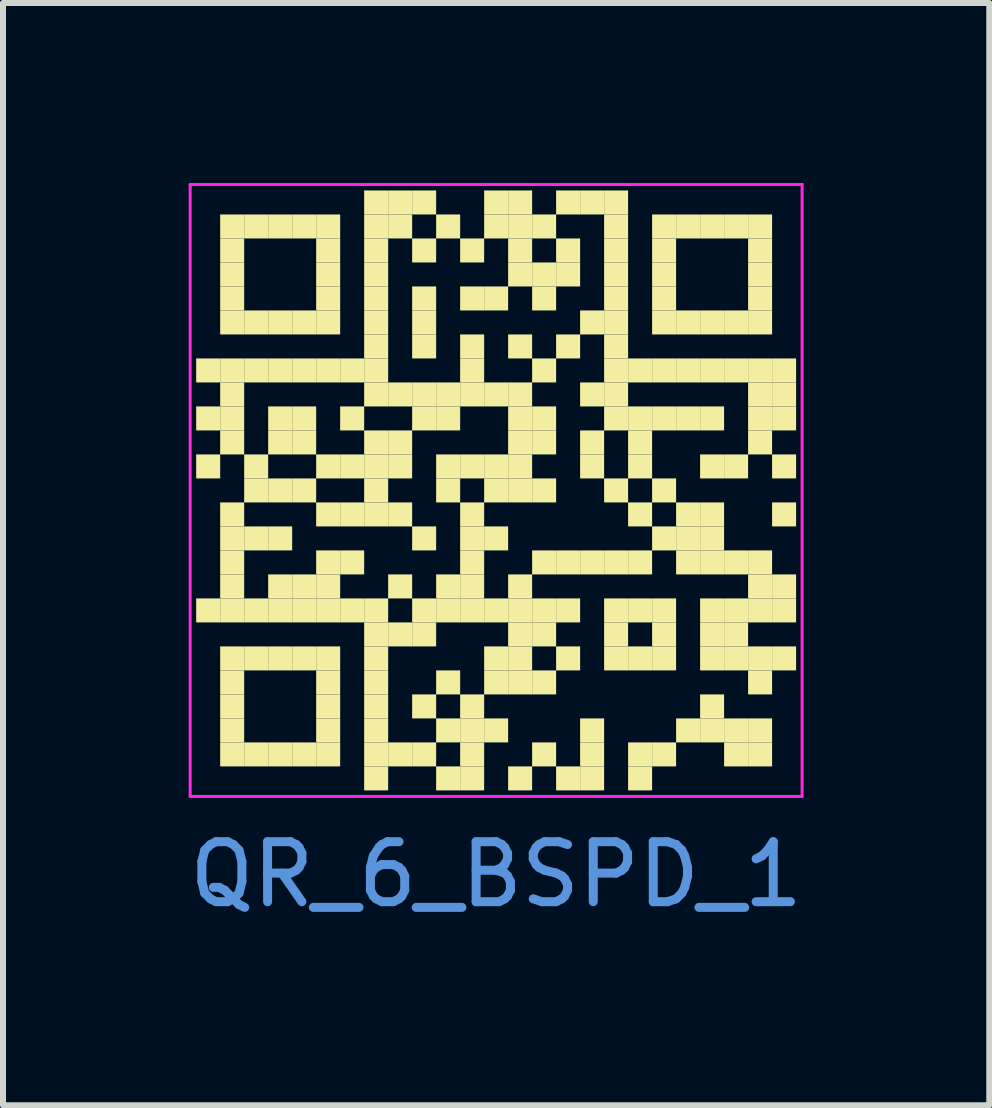
<source format=kicad_pcb>
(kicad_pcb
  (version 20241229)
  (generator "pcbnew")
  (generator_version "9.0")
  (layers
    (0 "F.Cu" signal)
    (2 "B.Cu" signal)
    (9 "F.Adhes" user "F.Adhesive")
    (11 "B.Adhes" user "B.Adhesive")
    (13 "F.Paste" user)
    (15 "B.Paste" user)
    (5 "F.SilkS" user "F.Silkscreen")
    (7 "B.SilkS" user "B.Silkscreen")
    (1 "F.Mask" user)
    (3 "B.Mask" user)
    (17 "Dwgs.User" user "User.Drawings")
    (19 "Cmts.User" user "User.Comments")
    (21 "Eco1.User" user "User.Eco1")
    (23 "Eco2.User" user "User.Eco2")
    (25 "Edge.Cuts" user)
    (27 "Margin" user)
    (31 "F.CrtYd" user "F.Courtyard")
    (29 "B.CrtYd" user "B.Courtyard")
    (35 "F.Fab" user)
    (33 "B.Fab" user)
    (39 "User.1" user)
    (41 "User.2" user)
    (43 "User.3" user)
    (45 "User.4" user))
  (footprint "QR_6_BSPD_1"
    (layer "F.Cu")
    (at 5.22 5.125)
    (property "Reference" "QR_6_BSPD_1" (at 0 6.4 0) (layer "Cmts.User") (effects (font (size 1 1) (thickness 0.15))))
    (fp_rect (start -5 -2.2) (end -4.6 -1.8) (stroke (width 0) (type solid)) (fill yes) (layer "F.SilkS"))
    (fp_rect (start -5 -1.4) (end -4.6 -1) (stroke (width 0) (type solid)) (fill yes) (layer "F.SilkS"))
    (fp_rect (start -5 -0.6) (end -4.6 -0.2) (stroke (width 0) (type solid)) (fill yes) (layer "F.SilkS"))
    (fp_rect (start -5 1.8) (end -4.6 2.2) (stroke (width 0) (type solid)) (fill yes) (layer "F.SilkS"))
    (fp_rect (start -4.6 -4.6) (end -4.2 -4.2) (stroke (width 0) (type solid)) (fill yes) (layer "F.SilkS"))
    (fp_rect (start -4.6 -4.2) (end -4.2 -3.8) (stroke (width 0) (type solid)) (fill yes) (layer "F.SilkS"))
    (fp_rect (start -4.6 -3.8) (end -4.2 -3.4) (stroke (width 0) (type solid)) (fill yes) (layer "F.SilkS"))
    (fp_rect (start -4.6 -3.4) (end -4.2 -3) (stroke (width 0) (type solid)) (fill yes) (layer "F.SilkS"))
    (fp_rect (start -4.6 -3) (end -4.2 -2.6) (stroke (width 0) (type solid)) (fill yes) (layer "F.SilkS"))
    (fp_rect (start -4.6 -2.2) (end -4.2 -1.8) (stroke (width 0) (type solid)) (fill yes) (layer "F.SilkS"))
    (fp_rect (start -4.6 -1.8) (end -4.2 -1.4) (stroke (width 0) (type solid)) (fill yes) (layer "F.SilkS"))
    (fp_rect (start -4.6 -1.4) (end -4.2 -1) (stroke (width 0) (type solid)) (fill yes) (layer "F.SilkS"))
    (fp_rect (start -4.6 -1) (end -4.2 -0.6) (stroke (width 0) (type solid)) (fill yes) (layer "F.SilkS"))
    (fp_rect (start -4.6 0.2) (end -4.2 0.6) (stroke (width 0) (type solid)) (fill yes) (layer "F.SilkS"))
    (fp_rect (start -4.6 0.6) (end -4.2 1) (stroke (width 0) (type solid)) (fill yes) (layer "F.SilkS"))
    (fp_rect (start -4.6 1) (end -4.2 1.4) (stroke (width 0) (type solid)) (fill yes) (layer "F.SilkS"))
    (fp_rect (start -4.6 1.4) (end -4.2 1.8) (stroke (width 0) (type solid)) (fill yes) (layer "F.SilkS"))
    (fp_rect (start -4.6 1.8) (end -4.2 2.2) (stroke (width 0) (type solid)) (fill yes) (layer "F.SilkS"))
    (fp_rect (start -4.6 2.6) (end -4.2 3) (stroke (width 0) (type solid)) (fill yes) (layer "F.SilkS"))
    (fp_rect (start -4.6 3) (end -4.2 3.4) (stroke (width 0) (type solid)) (fill yes) (layer "F.SilkS"))
    (fp_rect (start -4.6 3.4) (end -4.2 3.8) (stroke (width 0) (type solid)) (fill yes) (layer "F.SilkS"))
    (fp_rect (start -4.6 3.8) (end -4.2 4.2) (stroke (width 0) (type solid)) (fill yes) (layer "F.SilkS"))
    (fp_rect (start -4.6 4.2) (end -4.2 4.6) (stroke (width 0) (type solid)) (fill yes) (layer "F.SilkS"))
    (fp_rect (start -4.2 -4.6) (end -3.8 -4.2) (stroke (width 0) (type solid)) (fill yes) (layer "F.SilkS"))
    (fp_rect (start -4.2 -3) (end -3.8 -2.6) (stroke (width 0) (type solid)) (fill yes) (layer "F.SilkS"))
    (fp_rect (start -4.2 -2.2) (end -3.8 -1.8) (stroke (width 0) (type solid)) (fill yes) (layer "F.SilkS"))
    (fp_rect (start -4.2 -0.6) (end -3.8 -0.2) (stroke (width 0) (type solid)) (fill yes) (layer "F.SilkS"))
    (fp_rect (start -4.2 -0.2) (end -3.8 0.2) (stroke (width 0) (type solid)) (fill yes) (layer "F.SilkS"))
    (fp_rect (start -4.2 0.6) (end -3.8 1) (stroke (width 0) (type solid)) (fill yes) (layer "F.SilkS"))
    (fp_rect (start -4.2 1.8) (end -3.8 2.2) (stroke (width 0) (type solid)) (fill yes) (layer "F.SilkS"))
    (fp_rect (start -4.2 2.6) (end -3.8 3) (stroke (width 0) (type solid)) (fill yes) (layer "F.SilkS"))
    (fp_rect (start -4.2 4.2) (end -3.8 4.6) (stroke (width 0) (type solid)) (fill yes) (layer "F.SilkS"))
    (fp_rect (start -3.8 -4.6) (end -3.4 -4.2) (stroke (width 0) (type solid)) (fill yes) (layer "F.SilkS"))
    (fp_rect (start -3.8 -3) (end -3.4 -2.6) (stroke (width 0) (type solid)) (fill yes) (layer "F.SilkS"))
    (fp_rect (start -3.8 -2.2) (end -3.4 -1.8) (stroke (width 0) (type solid)) (fill yes) (layer "F.SilkS"))
    (fp_rect (start -3.8 -1.4) (end -3.4 -1) (stroke (width 0) (type solid)) (fill yes) (layer "F.SilkS"))
    (fp_rect (start -3.8 -1) (end -3.4 -0.6) (stroke (width 0) (type solid)) (fill yes) (layer "F.SilkS"))
    (fp_rect (start -3.8 -0.2) (end -3.4 0.2) (stroke (width 0) (type solid)) (fill yes) (layer "F.SilkS"))
    (fp_rect (start -3.8 0.6) (end -3.4 1) (stroke (width 0) (type solid)) (fill yes) (layer "F.SilkS"))
    (fp_rect (start -3.8 1.4) (end -3.4 1.8) (stroke (width 0) (type solid)) (fill yes) (layer "F.SilkS"))
    (fp_rect (start -3.8 1.8) (end -3.4 2.2) (stroke (width 0) (type solid)) (fill yes) (layer "F.SilkS"))
    (fp_rect (start -3.8 2.6) (end -3.4 3) (stroke (width 0) (type solid)) (fill yes) (layer "F.SilkS"))
    (fp_rect (start -3.8 4.2) (end -3.4 4.6) (stroke (width 0) (type solid)) (fill yes) (layer "F.SilkS"))
    (fp_rect (start -3.4 -4.6) (end -3 -4.2) (stroke (width 0) (type solid)) (fill yes) (layer "F.SilkS"))
    (fp_rect (start -3.4 -3) (end -3 -2.6) (stroke (width 0) (type solid)) (fill yes) (layer "F.SilkS"))
    (fp_rect (start -3.4 -2.2) (end -3 -1.8) (stroke (width 0) (type solid)) (fill yes) (layer "F.SilkS"))
    (fp_rect (start -3.4 -1.4) (end -3 -1) (stroke (width 0) (type solid)) (fill yes) (layer "F.SilkS"))
    (fp_rect (start -3.4 -1) (end -3 -0.6) (stroke (width 0) (type solid)) (fill yes) (layer "F.SilkS"))
    (fp_rect (start -3.4 -0.2) (end -3 0.2) (stroke (width 0) (type solid)) (fill yes) (layer "F.SilkS"))
    (fp_rect (start -3.4 1.4) (end -3 1.8) (stroke (width 0) (type solid)) (fill yes) (layer "F.SilkS"))
    (fp_rect (start -3.4 1.8) (end -3 2.2) (stroke (width 0) (type solid)) (fill yes) (layer "F.SilkS"))
    (fp_rect (start -3.4 2.6) (end -3 3) (stroke (width 0) (type solid)) (fill yes) (layer "F.SilkS"))
    (fp_rect (start -3.4 4.2) (end -3 4.6) (stroke (width 0) (type solid)) (fill yes) (layer "F.SilkS"))
    (fp_rect (start -3 -4.6) (end -2.6 -4.2) (stroke (width 0) (type solid)) (fill yes) (layer "F.SilkS"))
    (fp_rect (start -3 -4.2) (end -2.6 -3.8) (stroke (width 0) (type solid)) (fill yes) (layer "F.SilkS"))
    (fp_rect (start -3 -3.8) (end -2.6 -3.4) (stroke (width 0) (type solid)) (fill yes) (layer "F.SilkS"))
    (fp_rect (start -3 -3.4) (end -2.6 -3) (stroke (width 0) (type solid)) (fill yes) (layer "F.SilkS"))
    (fp_rect (start -3 -3) (end -2.6 -2.6) (stroke (width 0) (type solid)) (fill yes) (layer "F.SilkS"))
    (fp_rect (start -3 -2.2) (end -2.6 -1.8) (stroke (width 0) (type solid)) (fill yes) (layer "F.SilkS"))
    (fp_rect (start -3 -0.6) (end -2.6 -0.2) (stroke (width 0) (type solid)) (fill yes) (layer "F.SilkS"))
    (fp_rect (start -3 0.2) (end -2.6 0.6) (stroke (width 0) (type solid)) (fill yes) (layer "F.SilkS"))
    (fp_rect (start -3 1) (end -2.6 1.4) (stroke (width 0) (type solid)) (fill yes) (layer "F.SilkS"))
    (fp_rect (start -3 1.4) (end -2.6 1.8) (stroke (width 0) (type solid)) (fill yes) (layer "F.SilkS"))
    (fp_rect (start -3 1.8) (end -2.6 2.2) (stroke (width 0) (type solid)) (fill yes) (layer "F.SilkS"))
    (fp_rect (start -3 2.6) (end -2.6 3) (stroke (width 0) (type solid)) (fill yes) (layer "F.SilkS"))
    (fp_rect (start -3 3) (end -2.6 3.4) (stroke (width 0) (type solid)) (fill yes) (layer "F.SilkS"))
    (fp_rect (start -3 3.4) (end -2.6 3.8) (stroke (width 0) (type solid)) (fill yes) (layer "F.SilkS"))
    (fp_rect (start -3 3.8) (end -2.6 4.2) (stroke (width 0) (type solid)) (fill yes) (layer "F.SilkS"))
    (fp_rect (start -3 4.2) (end -2.6 4.6) (stroke (width 0) (type solid)) (fill yes) (layer "F.SilkS"))
    (fp_rect (start -2.6 -2.2) (end -2.2 -1.8) (stroke (width 0) (type solid)) (fill yes) (layer "F.SilkS"))
    (fp_rect (start -2.6 -1.4) (end -2.2 -1) (stroke (width 0) (type solid)) (fill yes) (layer "F.SilkS"))
    (fp_rect (start -2.6 -0.6) (end -2.2 -0.2) (stroke (width 0) (type solid)) (fill yes) (layer "F.SilkS"))
    (fp_rect (start -2.6 0.2) (end -2.2 0.6) (stroke (width 0) (type solid)) (fill yes) (layer "F.SilkS"))
    (fp_rect (start -2.6 1) (end -2.2 1.4) (stroke (width 0) (type solid)) (fill yes) (layer "F.SilkS"))
    (fp_rect (start -2.6 1.8) (end -2.2 2.2) (stroke (width 0) (type solid)) (fill yes) (layer "F.SilkS"))
    (fp_rect (start -2.2 -5) (end -1.8 -4.6) (stroke (width 0) (type solid)) (fill yes) (layer "F.SilkS"))
    (fp_rect (start -2.2 -4.6) (end -1.8 -4.2) (stroke (width 0) (type solid)) (fill yes) (layer "F.SilkS"))
    (fp_rect (start -2.2 -4.2) (end -1.8 -3.8) (stroke (width 0) (type solid)) (fill yes) (layer "F.SilkS"))
    (fp_rect (start -2.2 -3.8) (end -1.8 -3.4) (stroke (width 0) (type solid)) (fill yes) (layer "F.SilkS"))
    (fp_rect (start -2.2 -3.4) (end -1.8 -3) (stroke (width 0) (type solid)) (fill yes) (layer "F.SilkS"))
    (fp_rect (start -2.2 -3) (end -1.8 -2.6) (stroke (width 0) (type solid)) (fill yes) (layer "F.SilkS"))
    (fp_rect (start -2.2 -2.6) (end -1.8 -2.2) (stroke (width 0) (type solid)) (fill yes) (layer "F.SilkS"))
    (fp_rect (start -2.2 -2.2) (end -1.8 -1.8) (stroke (width 0) (type solid)) (fill yes) (layer "F.SilkS"))
    (fp_rect (start -2.2 -1.8) (end -1.8 -1.4) (stroke (width 0) (type solid)) (fill yes) (layer "F.SilkS"))
    (fp_rect (start -2.2 -1) (end -1.8 -0.6) (stroke (width 0) (type solid)) (fill yes) (layer "F.SilkS"))
    (fp_rect (start -2.2 -0.6) (end -1.8 -0.2) (stroke (width 0) (type solid)) (fill yes) (layer "F.SilkS"))
    (fp_rect (start -2.2 -0.2) (end -1.8 0.2) (stroke (width 0) (type solid)) (fill yes) (layer "F.SilkS"))
    (fp_rect (start -2.2 0.2) (end -1.8 0.6) (stroke (width 0) (type solid)) (fill yes) (layer "F.SilkS"))
    (fp_rect (start -2.2 1.8) (end -1.8 2.2) (stroke (width 0) (type solid)) (fill yes) (layer "F.SilkS"))
    (fp_rect (start -2.2 2.2) (end -1.8 2.6) (stroke (width 0) (type solid)) (fill yes) (layer "F.SilkS"))
    (fp_rect (start -2.2 2.6) (end -1.8 3) (stroke (width 0) (type solid)) (fill yes) (layer "F.SilkS"))
    (fp_rect (start -2.2 3) (end -1.8 3.4) (stroke (width 0) (type solid)) (fill yes) (layer "F.SilkS"))
    (fp_rect (start -2.2 3.4) (end -1.8 3.8) (stroke (width 0) (type solid)) (fill yes) (layer "F.SilkS"))
    (fp_rect (start -2.2 3.8) (end -1.8 4.2) (stroke (width 0) (type solid)) (fill yes) (layer "F.SilkS"))
    (fp_rect (start -2.2 4.2) (end -1.8 4.6) (stroke (width 0) (type solid)) (fill yes) (layer "F.SilkS"))
    (fp_rect (start -2.2 4.6) (end -1.8 5) (stroke (width 0) (type solid)) (fill yes) (layer "F.SilkS"))
    (fp_rect (start -1.8 -5) (end -1.4 -4.6) (stroke (width 0) (type solid)) (fill yes) (layer "F.SilkS"))
    (fp_rect (start -1.8 -4.6) (end -1.4 -4.2) (stroke (width 0) (type solid)) (fill yes) (layer "F.SilkS"))
    (fp_rect (start -1.8 -1.8) (end -1.4 -1.4) (stroke (width 0) (type solid)) (fill yes) (layer "F.SilkS"))
    (fp_rect (start -1.8 -1) (end -1.4 -0.6) (stroke (width 0) (type solid)) (fill yes) (layer "F.SilkS"))
    (fp_rect (start -1.8 -0.6) (end -1.4 -0.2) (stroke (width 0) (type solid)) (fill yes) (layer "F.SilkS"))
    (fp_rect (start -1.8 0.2) (end -1.4 0.6) (stroke (width 0) (type solid)) (fill yes) (layer "F.SilkS"))
    (fp_rect (start -1.8 1.4) (end -1.4 1.8) (stroke (width 0) (type solid)) (fill yes) (layer "F.SilkS"))
    (fp_rect (start -1.8 2.2) (end -1.4 2.6) (stroke (width 0) (type solid)) (fill yes) (layer "F.SilkS"))
    (fp_rect (start -1.8 4.2) (end -1.4 4.6) (stroke (width 0) (type solid)) (fill yes) (layer "F.SilkS"))
    (fp_rect (start -1.4 -5) (end -1 -4.6) (stroke (width 0) (type solid)) (fill yes) (layer "F.SilkS"))
    (fp_rect (start -1.4 -4.2) (end -1 -3.8) (stroke (width 0) (type solid)) (fill yes) (layer "F.SilkS"))
    (fp_rect (start -1.4 -3.4) (end -1 -3) (stroke (width 0) (type solid)) (fill yes) (layer "F.SilkS"))
    (fp_rect (start -1.4 -3) (end -1 -2.6) (stroke (width 0) (type solid)) (fill yes) (layer "F.SilkS"))
    (fp_rect (start -1.4 -2.6) (end -1 -2.2) (stroke (width 0) (type solid)) (fill yes) (layer "F.SilkS"))
    (fp_rect (start -1.4 -1.8) (end -1 -1.4) (stroke (width 0) (type solid)) (fill yes) (layer "F.SilkS"))
    (fp_rect (start -1.4 -1.4) (end -1 -1) (stroke (width 0) (type solid)) (fill yes) (layer "F.SilkS"))
    (fp_rect (start -1.4 0.6) (end -1 1) (stroke (width 0) (type solid)) (fill yes) (layer "F.SilkS"))
    (fp_rect (start -1.4 1.8) (end -1 2.2) (stroke (width 0) (type solid)) (fill yes) (layer "F.SilkS"))
    (fp_rect (start -1.4 2.2) (end -1 2.6) (stroke (width 0) (type solid)) (fill yes) (layer "F.SilkS"))
    (fp_rect (start -1.4 3.4) (end -1 3.8) (stroke (width 0) (type solid)) (fill yes) (layer "F.SilkS"))
    (fp_rect (start -1.4 4.2) (end -1 4.6) (stroke (width 0) (type solid)) (fill yes) (layer "F.SilkS"))
    (fp_rect (start -1 -4.6) (end -0.6 -4.2) (stroke (width 0) (type solid)) (fill yes) (layer "F.SilkS"))
    (fp_rect (start -1 -1.8) (end -0.6 -1.4) (stroke (width 0) (type solid)) (fill yes) (layer "F.SilkS"))
    (fp_rect (start -1 -1.4) (end -0.6 -1) (stroke (width 0) (type solid)) (fill yes) (layer "F.SilkS"))
    (fp_rect (start -1 -0.6) (end -0.6 -0.2) (stroke (width 0) (type solid)) (fill yes) (layer "F.SilkS"))
    (fp_rect (start -1 -0.2) (end -0.6 0.2) (stroke (width 0) (type solid)) (fill yes) (layer "F.SilkS"))
    (fp_rect (start -1 1.4) (end -0.6 1.8) (stroke (width 0) (type solid)) (fill yes) (layer "F.SilkS"))
    (fp_rect (start -1 1.8) (end -0.6 2.2) (stroke (width 0) (type solid)) (fill yes) (layer "F.SilkS"))
    (fp_rect (start -1 3) (end -0.6 3.4) (stroke (width 0) (type solid)) (fill yes) (layer "F.SilkS"))
    (fp_rect (start -1 3.8) (end -0.6 4.2) (stroke (width 0) (type solid)) (fill yes) (layer "F.SilkS"))
    (fp_rect (start -1 4.6) (end -0.6 5) (stroke (width 0) (type solid)) (fill yes) (layer "F.SilkS"))
    (fp_rect (start -0.6 -4.2) (end -0.2 -3.8) (stroke (width 0) (type solid)) (fill yes) (layer "F.SilkS"))
    (fp_rect (start -0.6 -3.4) (end -0.2 -3) (stroke (width 0) (type solid)) (fill yes) (layer "F.SilkS"))
    (fp_rect (start -0.6 -2.6) (end -0.2 -2.2) (stroke (width 0) (type solid)) (fill yes) (layer "F.SilkS"))
    (fp_rect (start -0.6 -2.2) (end -0.2 -1.8) (stroke (width 0) (type solid)) (fill yes) (layer "F.SilkS"))
    (fp_rect (start -0.6 -1.8) (end -0.2 -1.4) (stroke (width 0) (type solid)) (fill yes) (layer "F.SilkS"))
    (fp_rect (start -0.6 -0.6) (end -0.2 -0.2) (stroke (width 0) (type solid)) (fill yes) (layer "F.SilkS"))
    (fp_rect (start -0.6 0.2) (end -0.2 0.6) (stroke (width 0) (type solid)) (fill yes) (layer "F.SilkS"))
    (fp_rect (start -0.6 0.6) (end -0.2 1) (stroke (width 0) (type solid)) (fill yes) (layer "F.SilkS"))
    (fp_rect (start -0.6 1) (end -0.2 1.4) (stroke (width 0) (type solid)) (fill yes) (layer "F.SilkS"))
    (fp_rect (start -0.6 1.4) (end -0.2 1.8) (stroke (width 0) (type solid)) (fill yes) (layer "F.SilkS"))
    (fp_rect (start -0.6 1.8) (end -0.2 2.2) (stroke (width 0) (type solid)) (fill yes) (layer "F.SilkS"))
    (fp_rect (start -0.6 3.4) (end -0.2 3.8) (stroke (width 0) (type solid)) (fill yes) (layer "F.SilkS"))
    (fp_rect (start -0.6 3.8) (end -0.2 4.2) (stroke (width 0) (type solid)) (fill yes) (layer "F.SilkS"))
    (fp_rect (start -0.6 4.2) (end -0.2 4.6) (stroke (width 0) (type solid)) (fill yes) (layer "F.SilkS"))
    (fp_rect (start -0.6 4.6) (end -0.2 5) (stroke (width 0) (type solid)) (fill yes) (layer "F.SilkS"))
    (fp_rect (start -0.2 -5) (end 0.2 -4.6) (stroke (width 0) (type solid)) (fill yes) (layer "F.SilkS"))
    (fp_rect (start -0.2 -4.6) (end 0.2 -4.2) (stroke (width 0) (type solid)) (fill yes) (layer "F.SilkS"))
    (fp_rect (start -0.2 -3.4) (end 0.2 -3) (stroke (width 0) (type solid)) (fill yes) (layer "F.SilkS"))
    (fp_rect (start -0.2 -1.8) (end 0.2 -1.4) (stroke (width 0) (type solid)) (fill yes) (layer "F.SilkS"))
    (fp_rect (start -0.2 -0.6) (end 0.2 -0.2) (stroke (width 0) (type solid)) (fill yes) (layer "F.SilkS"))
    (fp_rect (start -0.2 -0.2) (end 0.2 0.2) (stroke (width 0) (type solid)) (fill yes) (layer "F.SilkS"))
    (fp_rect (start -0.2 0.6) (end 0.2 1) (stroke (width 0) (type solid)) (fill yes) (layer "F.SilkS"))
    (fp_rect (start -0.2 1.8) (end 0.2 2.2) (stroke (width 0) (type solid)) (fill yes) (layer "F.SilkS"))
    (fp_rect (start -0.2 2.6) (end 0.2 3) (stroke (width 0) (type solid)) (fill yes) (layer "F.SilkS"))
    (fp_rect (start -0.2 3) (end 0.2 3.4) (stroke (width 0) (type solid)) (fill yes) (layer "F.SilkS"))
    (fp_rect (start -0.2 3.8) (end 0.2 4.2) (stroke (width 0) (type solid)) (fill yes) (layer "F.SilkS"))
    (fp_rect (start 0.2 -5) (end 0.6 -4.6) (stroke (width 0) (type solid)) (fill yes) (layer "F.SilkS"))
    (fp_rect (start 0.2 -4.6) (end 0.6 -4.2) (stroke (width 0) (type solid)) (fill yes) (layer "F.SilkS"))
    (fp_rect (start 0.2 -4.2) (end 0.6 -3.8) (stroke (width 0) (type solid)) (fill yes) (layer "F.SilkS"))
    (fp_rect (start 0.2 -3.8) (end 0.6 -3.4) (stroke (width 0) (type solid)) (fill yes) (layer "F.SilkS"))
    (fp_rect (start 0.2 -2.6) (end 0.6 -2.2) (stroke (width 0) (type solid)) (fill yes) (layer "F.SilkS"))
    (fp_rect (start 0.2 -1.8) (end 0.6 -1.4) (stroke (width 0) (type solid)) (fill yes) (layer "F.SilkS"))
    (fp_rect (start 0.2 -1.4) (end 0.6 -1) (stroke (width 0) (type solid)) (fill yes) (layer "F.SilkS"))
    (fp_rect (start 0.2 -1) (end 0.6 -0.6) (stroke (width 0) (type solid)) (fill yes) (layer "F.SilkS"))
    (fp_rect (start 0.2 -0.6) (end 0.6 -0.2) (stroke (width 0) (type solid)) (fill yes) (layer "F.SilkS"))
    (fp_rect (start 0.2 -0.2) (end 0.6 0.2) (stroke (width 0) (type solid)) (fill yes) (layer "F.SilkS"))
    (fp_rect (start 0.2 1.4) (end 0.6 1.8) (stroke (width 0) (type solid)) (fill yes) (layer "F.SilkS"))
    (fp_rect (start 0.2 1.8) (end 0.6 2.2) (stroke (width 0) (type solid)) (fill yes) (layer "F.SilkS"))
    (fp_rect (start 0.2 2.2) (end 0.6 2.6) (stroke (width 0) (type solid)) (fill yes) (layer "F.SilkS"))
    (fp_rect (start 0.2 2.6) (end 0.6 3) (stroke (width 0) (type solid)) (fill yes) (layer "F.SilkS"))
    (fp_rect (start 0.2 3) (end 0.6 3.4) (stroke (width 0) (type solid)) (fill yes) (layer "F.SilkS"))
    (fp_rect (start 0.2 4.6) (end 0.6 5) (stroke (width 0) (type solid)) (fill yes) (layer "F.SilkS"))
    (fp_rect (start 0.6 -4.6) (end 1 -4.2) (stroke (width 0) (type solid)) (fill yes) (layer "F.SilkS"))
    (fp_rect (start 0.6 -3.8) (end 1 -3.4) (stroke (width 0) (type solid)) (fill yes) (layer "F.SilkS"))
    (fp_rect (start 0.6 -3.4) (end 1 -3) (stroke (width 0) (type solid)) (fill yes) (layer "F.SilkS"))
    (fp_rect (start 0.6 -2.2) (end 1 -1.8) (stroke (width 0) (type solid)) (fill yes) (layer "F.SilkS"))
    (fp_rect (start 0.6 -1.4) (end 1 -1) (stroke (width 0) (type solid)) (fill yes) (layer "F.SilkS"))
    (fp_rect (start 0.6 -1) (end 1 -0.6) (stroke (width 0) (type solid)) (fill yes) (layer "F.SilkS"))
    (fp_rect (start 0.6 -0.2) (end 1 0.2) (stroke (width 0) (type solid)) (fill yes) (layer "F.SilkS"))
    (fp_rect (start 0.6 1) (end 1 1.4) (stroke (width 0) (type solid)) (fill yes) (layer "F.SilkS"))
    (fp_rect (start 0.6 1.8) (end 1 2.2) (stroke (width 0) (type solid)) (fill yes) (layer "F.SilkS"))
    (fp_rect (start 0.6 2.2) (end 1 2.6) (stroke (width 0) (type solid)) (fill yes) (layer "F.SilkS"))
    (fp_rect (start 0.6 3) (end 1 3.4) (stroke (width 0) (type solid)) (fill yes) (layer "F.SilkS"))
    (fp_rect (start 0.6 4.2) (end 1 4.6) (stroke (width 0) (type solid)) (fill yes) (layer "F.SilkS"))
    (fp_rect (start 1 -5) (end 1.4 -4.6) (stroke (width 0) (type solid)) (fill yes) (layer "F.SilkS"))
    (fp_rect (start 1 -4.2) (end 1.4 -3.8) (stroke (width 0) (type solid)) (fill yes) (layer "F.SilkS"))
    (fp_rect (start 1 -3.8) (end 1.4 -3.4) (stroke (width 0) (type solid)) (fill yes) (layer "F.SilkS"))
    (fp_rect (start 1 -2.6) (end 1.4 -2.2) (stroke (width 0) (type solid)) (fill yes) (layer "F.SilkS"))
    (fp_rect (start 1 1) (end 1.4 1.4) (stroke (width 0) (type solid)) (fill yes) (layer "F.SilkS"))
    (fp_rect (start 1 1.8) (end 1.4 2.2) (stroke (width 0) (type solid)) (fill yes) (layer "F.SilkS"))
    (fp_rect (start 1 2.6) (end 1.4 3) (stroke (width 0) (type solid)) (fill yes) (layer "F.SilkS"))
    (fp_rect (start 1 4.6) (end 1.4 5) (stroke (width 0) (type solid)) (fill yes) (layer "F.SilkS"))
    (fp_rect (start 1.4 -5) (end 1.8 -4.6) (stroke (width 0) (type solid)) (fill yes) (layer "F.SilkS"))
    (fp_rect (start 1.4 -3) (end 1.8 -2.6) (stroke (width 0) (type solid)) (fill yes) (layer "F.SilkS"))
    (fp_rect (start 1.4 -1.8) (end 1.8 -1.4) (stroke (width 0) (type solid)) (fill yes) (layer "F.SilkS"))
    (fp_rect (start 1.4 -1) (end 1.8 -0.6) (stroke (width 0) (type solid)) (fill yes) (layer "F.SilkS"))
    (fp_rect (start 1.4 -0.6) (end 1.8 -0.2) (stroke (width 0) (type solid)) (fill yes) (layer "F.SilkS"))
    (fp_rect (start 1.4 1) (end 1.8 1.4) (stroke (width 0) (type solid)) (fill yes) (layer "F.SilkS"))
    (fp_rect (start 1.4 3.8) (end 1.8 4.2) (stroke (width 0) (type solid)) (fill yes) (layer "F.SilkS"))
    (fp_rect (start 1.4 4.2) (end 1.8 4.6) (stroke (width 0) (type solid)) (fill yes) (layer "F.SilkS"))
    (fp_rect (start 1.4 4.6) (end 1.8 5) (stroke (width 0) (type solid)) (fill yes) (layer "F.SilkS"))
    (fp_rect (start 1.8 -5) (end 2.2 -4.6) (stroke (width 0) (type solid)) (fill yes) (layer "F.SilkS"))
    (fp_rect (start 1.8 -4.6) (end 2.2 -4.2) (stroke (width 0) (type solid)) (fill yes) (layer "F.SilkS"))
    (fp_rect (start 1.8 -4.2) (end 2.2 -3.8) (stroke (width 0) (type solid)) (fill yes) (layer "F.SilkS"))
    (fp_rect (start 1.8 -3.8) (end 2.2 -3.4) (stroke (width 0) (type solid)) (fill yes) (layer "F.SilkS"))
    (fp_rect (start 1.8 -3.4) (end 2.2 -3) (stroke (width 0) (type solid)) (fill yes) (layer "F.SilkS"))
    (fp_rect (start 1.8 -3) (end 2.2 -2.6) (stroke (width 0) (type solid)) (fill yes) (layer "F.SilkS"))
    (fp_rect (start 1.8 -2.6) (end 2.2 -2.2) (stroke (width 0) (type solid)) (fill yes) (layer "F.SilkS"))
    (fp_rect (start 1.8 -2.2) (end 2.2 -1.8) (stroke (width 0) (type solid)) (fill yes) (layer "F.SilkS"))
    (fp_rect (start 1.8 -1.8) (end 2.2 -1.4) (stroke (width 0) (type solid)) (fill yes) (layer "F.SilkS"))
    (fp_rect (start 1.8 -1.4) (end 2.2 -1) (stroke (width 0) (type solid)) (fill yes) (layer "F.SilkS"))
    (fp_rect (start 1.8 -0.2) (end 2.2 0.2) (stroke (width 0) (type solid)) (fill yes) (layer "F.SilkS"))
    (fp_rect (start 1.8 1) (end 2.2 1.4) (stroke (width 0) (type solid)) (fill yes) (layer "F.SilkS"))
    (fp_rect (start 1.8 1.8) (end 2.2 2.2) (stroke (width 0) (type solid)) (fill yes) (layer "F.SilkS"))
    (fp_rect (start 1.8 2.2) (end 2.2 2.6) (stroke (width 0) (type solid)) (fill yes) (layer "F.SilkS"))
    (fp_rect (start 1.8 2.6) (end 2.2 3) (stroke (width 0) (type solid)) (fill yes) (layer "F.SilkS"))
    (fp_rect (start 2.2 -2.2) (end 2.6 -1.8) (stroke (width 0) (type solid)) (fill yes) (layer "F.SilkS"))
    (fp_rect (start 2.2 -1.4) (end 2.6 -1) (stroke (width 0) (type solid)) (fill yes) (layer "F.SilkS"))
    (fp_rect (start 2.2 -1) (end 2.6 -0.6) (stroke (width 0) (type solid)) (fill yes) (layer "F.SilkS"))
    (fp_rect (start 2.2 -0.6) (end 2.6 -0.2) (stroke (width 0) (type solid)) (fill yes) (layer "F.SilkS"))
    (fp_rect (start 2.2 0.2) (end 2.6 0.6) (stroke (width 0) (type solid)) (fill yes) (layer "F.SilkS"))
    (fp_rect (start 2.2 1) (end 2.6 1.4) (stroke (width 0) (type solid)) (fill yes) (layer "F.SilkS"))
    (fp_rect (start 2.2 1.8) (end 2.6 2.2) (stroke (width 0) (type solid)) (fill yes) (layer "F.SilkS"))
    (fp_rect (start 2.2 2.6) (end 2.6 3) (stroke (width 0) (type solid)) (fill yes) (layer "F.SilkS"))
    (fp_rect (start 2.2 4.2) (end 2.6 4.6) (stroke (width 0) (type solid)) (fill yes) (layer "F.SilkS"))
    (fp_rect (start 2.2 4.6) (end 2.6 5) (stroke (width 0) (type solid)) (fill yes) (layer "F.SilkS"))
    (fp_rect (start 2.6 -4.6) (end 3 -4.2) (stroke (width 0) (type solid)) (fill yes) (layer "F.SilkS"))
    (fp_rect (start 2.6 -4.2) (end 3 -3.8) (stroke (width 0) (type solid)) (fill yes) (layer "F.SilkS"))
    (fp_rect (start 2.6 -3.8) (end 3 -3.4) (stroke (width 0) (type solid)) (fill yes) (layer "F.SilkS"))
    (fp_rect (start 2.6 -3.4) (end 3 -3) (stroke (width 0) (type solid)) (fill yes) (layer "F.SilkS"))
    (fp_rect (start 2.6 -3) (end 3 -2.6) (stroke (width 0) (type solid)) (fill yes) (layer "F.SilkS"))
    (fp_rect (start 2.6 -2.2) (end 3 -1.8) (stroke (width 0) (type solid)) (fill yes) (layer "F.SilkS"))
    (fp_rect (start 2.6 -1.4) (end 3 -1) (stroke (width 0) (type solid)) (fill yes) (layer "F.SilkS"))
    (fp_rect (start 2.6 -0.2) (end 3 0.2) (stroke (width 0) (type solid)) (fill yes) (layer "F.SilkS"))
    (fp_rect (start 2.6 0.6) (end 3 1) (stroke (width 0) (type solid)) (fill yes) (layer "F.SilkS"))
    (fp_rect (start 2.6 1.8) (end 3 2.2) (stroke (width 0) (type solid)) (fill yes) (layer "F.SilkS"))
    (fp_rect (start 2.6 2.2) (end 3 2.6) (stroke (width 0) (type solid)) (fill yes) (layer "F.SilkS"))
    (fp_rect (start 2.6 2.6) (end 3 3) (stroke (width 0) (type solid)) (fill yes) (layer "F.SilkS"))
    (fp_rect (start 2.6 4.2) (end 3 4.6) (stroke (width 0) (type solid)) (fill yes) (layer "F.SilkS"))
    (fp_rect (start 3 -4.6) (end 3.4 -4.2) (stroke (width 0) (type solid)) (fill yes) (layer "F.SilkS"))
    (fp_rect (start 3 -3) (end 3.4 -2.6) (stroke (width 0) (type solid)) (fill yes) (layer "F.SilkS"))
    (fp_rect (start 3 -2.2) (end 3.4 -1.8) (stroke (width 0) (type solid)) (fill yes) (layer "F.SilkS"))
    (fp_rect (start 3 -1.4) (end 3.4 -1) (stroke (width 0) (type solid)) (fill yes) (layer "F.SilkS"))
    (fp_rect (start 3 0.2) (end 3.4 0.6) (stroke (width 0) (type solid)) (fill yes) (layer "F.SilkS"))
    (fp_rect (start 3 0.6) (end 3.4 1) (stroke (width 0) (type solid)) (fill yes) (layer "F.SilkS"))
    (fp_rect (start 3 1) (end 3.4 1.4) (stroke (width 0) (type solid)) (fill yes) (layer "F.SilkS"))
    (fp_rect (start 3 3.8) (end 3.4 4.2) (stroke (width 0) (type solid)) (fill yes) (layer "F.SilkS"))
    (fp_rect (start 3.4 -4.6) (end 3.8 -4.2) (stroke (width 0) (type solid)) (fill yes) (layer "F.SilkS"))
    (fp_rect (start 3.4 -3) (end 3.8 -2.6) (stroke (width 0) (type solid)) (fill yes) (layer "F.SilkS"))
    (fp_rect (start 3.4 -2.2) (end 3.8 -1.8) (stroke (width 0) (type solid)) (fill yes) (layer "F.SilkS"))
    (fp_rect (start 3.4 -1.4) (end 3.8 -1) (stroke (width 0) (type solid)) (fill yes) (layer "F.SilkS"))
    (fp_rect (start 3.4 -0.6) (end 3.8 -0.2) (stroke (width 0) (type solid)) (fill yes) (layer "F.SilkS"))
    (fp_rect (start 3.4 0.2) (end 3.8 0.6) (stroke (width 0) (type solid)) (fill yes) (layer "F.SilkS"))
    (fp_rect (start 3.4 0.6) (end 3.8 1) (stroke (width 0) (type solid)) (fill yes) (layer "F.SilkS"))
    (fp_rect (start 3.4 1) (end 3.8 1.4) (stroke (width 0) (type solid)) (fill yes) (layer "F.SilkS"))
    (fp_rect (start 3.4 1.8) (end 3.8 2.2) (stroke (width 0) (type solid)) (fill yes) (layer "F.SilkS"))
    (fp_rect (start 3.4 2.2) (end 3.8 2.6) (stroke (width 0) (type solid)) (fill yes) (layer "F.SilkS"))
    (fp_rect (start 3.4 2.6) (end 3.8 3) (stroke (width 0) (type solid)) (fill yes) (layer "F.SilkS"))
    (fp_rect (start 3.4 3.4) (end 3.8 3.8) (stroke (width 0) (type solid)) (fill yes) (layer "F.SilkS"))
    (fp_rect (start 3.4 3.8) (end 3.8 4.2) (stroke (width 0) (type solid)) (fill yes) (layer "F.SilkS"))
    (fp_rect (start 3.8 -4.6) (end 4.2 -4.2) (stroke (width 0) (type solid)) (fill yes) (layer "F.SilkS"))
    (fp_rect (start 3.8 -3) (end 4.2 -2.6) (stroke (width 0) (type solid)) (fill yes) (layer "F.SilkS"))
    (fp_rect (start 3.8 -2.2) (end 4.2 -1.8) (stroke (width 0) (type solid)) (fill yes) (layer "F.SilkS"))
    (fp_rect (start 3.8 -0.6) (end 4.2 -0.2) (stroke (width 0) (type solid)) (fill yes) (layer "F.SilkS"))
    (fp_rect (start 3.8 1) (end 4.2 1.4) (stroke (width 0) (type solid)) (fill yes) (layer "F.SilkS"))
    (fp_rect (start 3.8 1.8) (end 4.2 2.2) (stroke (width 0) (type solid)) (fill yes) (layer "F.SilkS"))
    (fp_rect (start 3.8 2.2) (end 4.2 2.6) (stroke (width 0) (type solid)) (fill yes) (layer "F.SilkS"))
    (fp_rect (start 3.8 2.6) (end 4.2 3) (stroke (width 0) (type solid)) (fill yes) (layer "F.SilkS"))
    (fp_rect (start 3.8 3.8) (end 4.2 4.2) (stroke (width 0) (type solid)) (fill yes) (layer "F.SilkS"))
    (fp_rect (start 3.8 4.2) (end 4.2 4.6) (stroke (width 0) (type solid)) (fill yes) (layer "F.SilkS"))
    (fp_rect (start 4.2 -4.6) (end 4.6 -4.2) (stroke (width 0) (type solid)) (fill yes) (layer "F.SilkS"))
    (fp_rect (start 4.2 -4.2) (end 4.6 -3.8) (stroke (width 0) (type solid)) (fill yes) (layer "F.SilkS"))
    (fp_rect (start 4.2 -3.8) (end 4.6 -3.4) (stroke (width 0) (type solid)) (fill yes) (layer "F.SilkS"))
    (fp_rect (start 4.2 -3.4) (end 4.6 -3) (stroke (width 0) (type solid)) (fill yes) (layer "F.SilkS"))
    (fp_rect (start 4.2 -3) (end 4.6 -2.6) (stroke (width 0) (type solid)) (fill yes) (layer "F.SilkS"))
    (fp_rect (start 4.2 -2.2) (end 4.6 -1.8) (stroke (width 0) (type solid)) (fill yes) (layer "F.SilkS"))
    (fp_rect (start 4.2 -1.8) (end 4.6 -1.4) (stroke (width 0) (type solid)) (fill yes) (layer "F.SilkS"))
    (fp_rect (start 4.2 -1.4) (end 4.6 -1) (stroke (width 0) (type solid)) (fill yes) (layer "F.SilkS"))
    (fp_rect (start 4.2 -1) (end 4.6 -0.6) (stroke (width 0) (type solid)) (fill yes) (layer "F.SilkS"))
    (fp_rect (start 4.2 1) (end 4.6 1.4) (stroke (width 0) (type solid)) (fill yes) (layer "F.SilkS"))
    (fp_rect (start 4.2 1.4) (end 4.6 1.8) (stroke (width 0) (type solid)) (fill yes) (layer "F.SilkS"))
    (fp_rect (start 4.2 1.8) (end 4.6 2.2) (stroke (width 0) (type solid)) (fill yes) (layer "F.SilkS"))
    (fp_rect (start 4.2 2.6) (end 4.6 3) (stroke (width 0) (type solid)) (fill yes) (layer "F.SilkS"))
    (fp_rect (start 4.2 3) (end 4.6 3.4) (stroke (width 0) (type solid)) (fill yes) (layer "F.SilkS"))
    (fp_rect (start 4.2 3.8) (end 4.6 4.2) (stroke (width 0) (type solid)) (fill yes) (layer "F.SilkS"))
    (fp_rect (start 4.2 4.2) (end 4.6 4.6) (stroke (width 0) (type solid)) (fill yes) (layer "F.SilkS"))
    (fp_rect (start 4.6 -2.2) (end 5 -1.8) (stroke (width 0) (type solid)) (fill yes) (layer "F.SilkS"))
    (fp_rect (start 4.6 -1.8) (end 5 -1.4) (stroke (width 0) (type solid)) (fill yes) (layer "F.SilkS"))
    (fp_rect (start 4.6 -1.4) (end 5 -1) (stroke (width 0) (type solid)) (fill yes) (layer "F.SilkS"))
    (fp_rect (start 4.6 -0.6) (end 5 -0.2) (stroke (width 0) (type solid)) (fill yes) (layer "F.SilkS"))
    (fp_rect (start 4.6 0.2) (end 5 0.6) (stroke (width 0) (type solid)) (fill yes) (layer "F.SilkS"))
    (fp_rect (start 4.6 1.4) (end 5 1.8) (stroke (width 0) (type solid)) (fill yes) (layer "F.SilkS"))
    (fp_rect (start 4.6 1.8) (end 5 2.2) (stroke (width 0) (type solid)) (fill yes) (layer "F.SilkS"))
    (fp_rect (start 4.6 2.6) (end 5 3) (stroke (width 0) (type solid)) (fill yes) (layer "F.SilkS"))
    (fp_line (start -5.1 -5.1) (end 5.1 -5.1) (stroke (width 0.05) (type solid)) (layer "F.CrtYd"))
    (fp_line (start -5.1 5.1) (end -5.1 -5.1) (stroke (width 0.05) (type solid)) (layer "F.CrtYd"))
    (fp_line (start 5.1 -5.1) (end 5.1 5.1) (stroke (width 0.05) (type solid)) (layer "F.CrtYd"))
    (fp_line (start 5.1 5.1) (end -5.1 5.1) (stroke (width 0.05) (type solid)) (layer "F.CrtYd")))
  (gr_rect
    (start -3 -3)
    (end 13.44 15.373)
    (stroke (width 0.1) (type default))
    (fill no)
    (layer "Edge.Cuts")))
</source>
